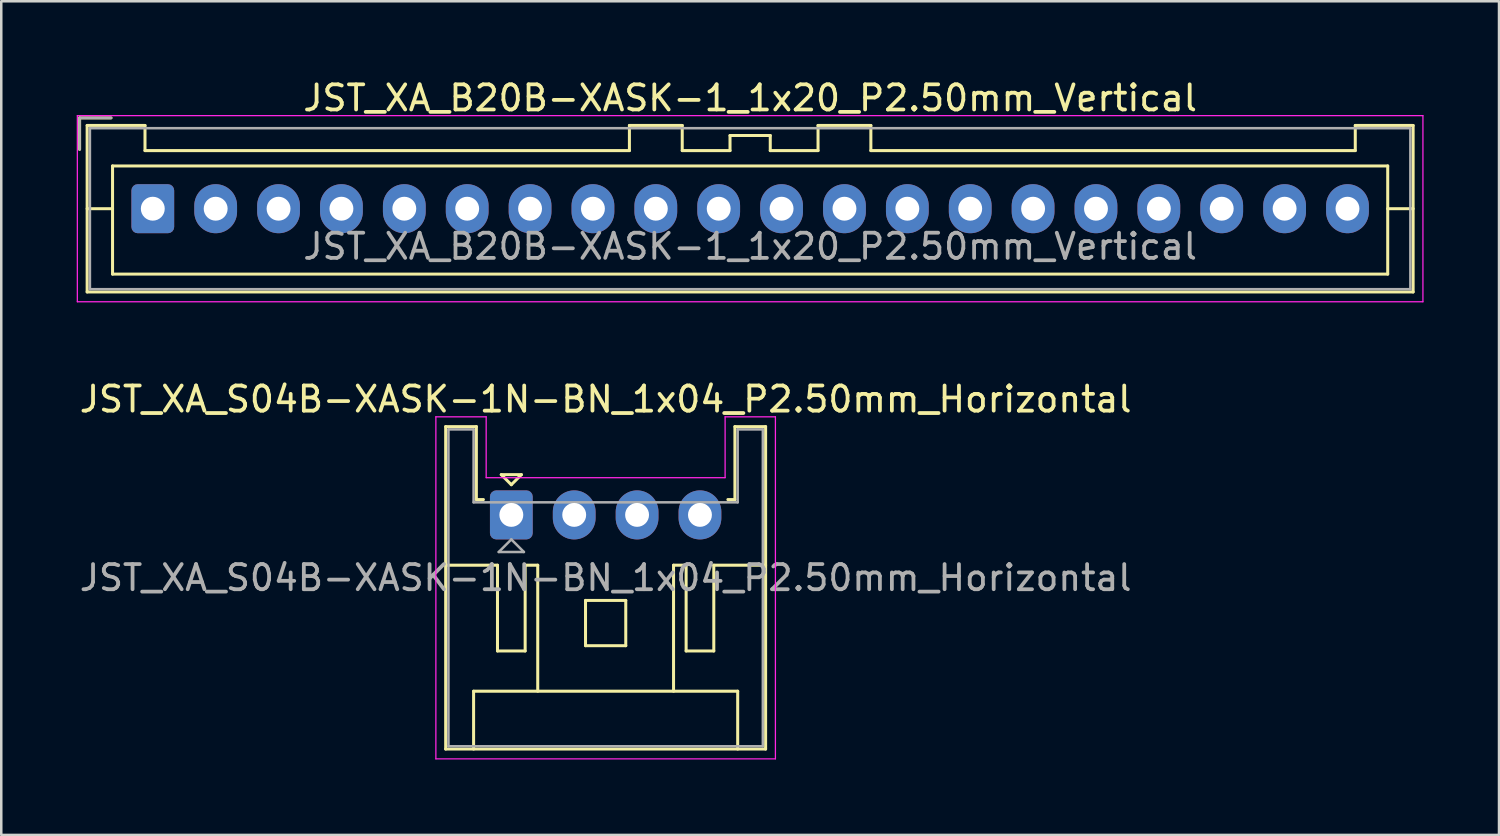
<source format=kicad_pcb>
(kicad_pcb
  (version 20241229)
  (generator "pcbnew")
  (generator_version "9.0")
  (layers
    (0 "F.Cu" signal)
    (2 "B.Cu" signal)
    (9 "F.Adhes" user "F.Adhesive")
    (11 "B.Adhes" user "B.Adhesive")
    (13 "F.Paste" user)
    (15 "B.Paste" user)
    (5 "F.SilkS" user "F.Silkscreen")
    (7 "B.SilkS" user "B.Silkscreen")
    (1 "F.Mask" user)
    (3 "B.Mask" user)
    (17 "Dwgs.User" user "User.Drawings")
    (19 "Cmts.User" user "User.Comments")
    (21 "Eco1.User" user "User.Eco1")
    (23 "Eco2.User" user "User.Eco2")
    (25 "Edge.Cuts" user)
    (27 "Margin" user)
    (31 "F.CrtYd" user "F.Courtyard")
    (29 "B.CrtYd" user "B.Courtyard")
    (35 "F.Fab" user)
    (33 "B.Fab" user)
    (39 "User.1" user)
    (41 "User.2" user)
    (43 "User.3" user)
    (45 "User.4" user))
  (footprint "JST_XA_B20B-XASK-1_1x20_P2.50mm_Vertical"
    (layer "F.Cu")
    (at 3.025 5.248)
    (property "Reference" "JST_XA_B20B-XASK-1_1x20_P2.50mm_Vertical" (at 23.75 -4.4 0) (layer "F.SilkS") (effects (font (size 1 1) (thickness 0.15))))
    (attr through_hole)
    (fp_line (start -2.91 -3.61) (end -2.91 -2.36) (stroke (width 0.12) (type solid)) (layer "F.SilkS"))
    (fp_line (start -2.61 -3.31) (end -2.61 3.31) (stroke (width 0.12) (type solid)) (layer "F.SilkS"))
    (fp_line (start -2.61 0) (end -1.6 0) (stroke (width 0.12) (type solid)) (layer "F.SilkS"))
    (fp_line (start -2.61 3.31) (end 50.11 3.31) (stroke (width 0.12) (type solid)) (layer "F.SilkS"))
    (fp_line (start -1.66 -3.61) (end -2.91 -3.61) (stroke (width 0.12) (type solid)) (layer "F.SilkS"))
    (fp_line (start -1.6 -1.7) (end -1.6 2.6) (stroke (width 0.12) (type solid)) (layer "F.SilkS"))
    (fp_line (start -1.6 2.6) (end 49.1 2.6) (stroke (width 0.12) (type solid)) (layer "F.SilkS"))
    (fp_line (start -0.31 -3.31) (end -2.61 -3.31) (stroke (width 0.12) (type solid)) (layer "F.SilkS"))
    (fp_line (start -0.31 -2.31) (end -0.31 -3.31) (stroke (width 0.12) (type solid)) (layer "F.SilkS"))
    (fp_line (start 18.95 -3.31) (end 18.95 -2.31) (stroke (width 0.12) (type solid)) (layer "F.SilkS"))
    (fp_line (start 18.95 -2.31) (end -0.31 -2.31) (stroke (width 0.12) (type solid)) (layer "F.SilkS"))
    (fp_line (start 21.05 -3.31) (end 18.95 -3.31) (stroke (width 0.12) (type solid)) (layer "F.SilkS"))
    (fp_line (start 21.05 -2.31) (end 21.05 -3.31) (stroke (width 0.12) (type solid)) (layer "F.SilkS"))
    (fp_line (start 22.95 -2.91) (end 22.95 -2.31) (stroke (width 0.12) (type solid)) (layer "F.SilkS"))
    (fp_line (start 22.95 -2.31) (end 21.05 -2.31) (stroke (width 0.12) (type solid)) (layer "F.SilkS"))
    (fp_line (start 24.55 -2.91) (end 22.95 -2.91) (stroke (width 0.12) (type solid)) (layer "F.SilkS"))
    (fp_line (start 24.55 -2.31) (end 24.55 -2.91) (stroke (width 0.12) (type solid)) (layer "F.SilkS"))
    (fp_line (start 26.45 -3.31) (end 26.45 -2.31) (stroke (width 0.12) (type solid)) (layer "F.SilkS"))
    (fp_line (start 26.45 -2.31) (end 24.55 -2.31) (stroke (width 0.12) (type solid)) (layer "F.SilkS"))
    (fp_line (start 28.55 -3.31) (end 26.45 -3.31) (stroke (width 0.12) (type solid)) (layer "F.SilkS"))
    (fp_line (start 28.55 -2.31) (end 28.55 -3.31) (stroke (width 0.12) (type solid)) (layer "F.SilkS"))
    (fp_line (start 47.81 -3.31) (end 47.81 -2.31) (stroke (width 0.12) (type solid)) (layer "F.SilkS"))
    (fp_line (start 47.81 -2.31) (end 28.55 -2.31) (stroke (width 0.12) (type solid)) (layer "F.SilkS"))
    (fp_line (start 49.1 -1.7) (end -1.6 -1.7) (stroke (width 0.12) (type solid)) (layer "F.SilkS"))
    (fp_line (start 49.1 2.6) (end 49.1 -1.7) (stroke (width 0.12) (type solid)) (layer "F.SilkS"))
    (fp_line (start 50.11 -3.31) (end 47.81 -3.31) (stroke (width 0.12) (type solid)) (layer "F.SilkS"))
    (fp_line (start 50.11 0) (end 49.1 0) (stroke (width 0.12) (type solid)) (layer "F.SilkS"))
    (fp_line (start 50.11 3.31) (end 50.11 -3.31) (stroke (width 0.12) (type solid)) (layer "F.SilkS"))
    (fp_line (start -3 -3.7) (end -3 3.7) (stroke (width 0.05) (type solid)) (layer "F.CrtYd"))
    (fp_line (start -3 3.7) (end 50.5 3.7) (stroke (width 0.05) (type solid)) (layer "F.CrtYd"))
    (fp_line (start 50.5 -3.7) (end -3 -3.7) (stroke (width 0.05) (type solid)) (layer "F.CrtYd"))
    (fp_line (start 50.5 3.7) (end 50.5 -3.7) (stroke (width 0.05) (type solid)) (layer "F.CrtYd"))
    (fp_line (start -2.91 -3.61) (end -2.91 -2.36) (stroke (width 0.1) (type solid)) (layer "F.Fab"))
    (fp_line (start -2.5 -3.2) (end -2.5 3.2) (stroke (width 0.1) (type solid)) (layer "F.Fab"))
    (fp_line (start -2.5 3.2) (end 50 3.2) (stroke (width 0.1) (type solid)) (layer "F.Fab"))
    (fp_line (start -1.66 -3.61) (end -2.91 -3.61) (stroke (width 0.1) (type solid)) (layer "F.Fab"))
    (fp_line (start 50 -3.2) (end -2.5 -3.2) (stroke (width 0.1) (type solid)) (layer "F.Fab"))
    (fp_line (start 50 3.2) (end 50 -3.2) (stroke (width 0.1) (type solid)) (layer "F.Fab"))
    (fp_text user "${REFERENCE}" (at 23.75 1.5 0) (layer "F.Fab") (effects (font (size 1 1) (thickness 0.15))))
    (pad "1" thru_hole roundrect (at 0 0) (size 1.7 1.95) (drill 0.95) (layers "*.Cu" "*.Mask") (roundrect_rratio 0.147))
    (pad "2" thru_hole oval (at 2.5 0) (size 1.7 1.95) (drill 0.95) (layers "*.Cu" "*.Mask"))
    (pad "3" thru_hole oval (at 5 0) (size 1.7 1.95) (drill 0.95) (layers "*.Cu" "*.Mask"))
    (pad "4" thru_hole oval (at 7.5 0) (size 1.7 1.95) (drill 0.95) (layers "*.Cu" "*.Mask"))
    (pad "5" thru_hole oval (at 10 0) (size 1.7 1.95) (drill 0.95) (layers "*.Cu" "*.Mask"))
    (pad "6" thru_hole oval (at 12.5 0) (size 1.7 1.95) (drill 0.95) (layers "*.Cu" "*.Mask"))
    (pad "7" thru_hole oval (at 15 0) (size 1.7 1.95) (drill 0.95) (layers "*.Cu" "*.Mask"))
    (pad "8" thru_hole oval (at 17.5 0) (size 1.7 1.95) (drill 0.95) (layers "*.Cu" "*.Mask"))
    (pad "9" thru_hole oval (at 20 0) (size 1.7 1.95) (drill 0.95) (layers "*.Cu" "*.Mask"))
    (pad "10" thru_hole oval (at 22.5 0) (size 1.7 1.95) (drill 0.95) (layers "*.Cu" "*.Mask"))
    (pad "11" thru_hole oval (at 25 0) (size 1.7 1.95) (drill 0.95) (layers "*.Cu" "*.Mask"))
    (pad "12" thru_hole oval (at 27.5 0) (size 1.7 1.95) (drill 0.95) (layers "*.Cu" "*.Mask"))
    (pad "13" thru_hole oval (at 30 0) (size 1.7 1.95) (drill 0.95) (layers "*.Cu" "*.Mask"))
    (pad "14" thru_hole oval (at 32.5 0) (size 1.7 1.95) (drill 0.95) (layers "*.Cu" "*.Mask"))
    (pad "15" thru_hole oval (at 35 0) (size 1.7 1.95) (drill 0.95) (layers "*.Cu" "*.Mask"))
    (pad "16" thru_hole oval (at 37.5 0) (size 1.7 1.95) (drill 0.95) (layers "*.Cu" "*.Mask"))
    (pad "17" thru_hole oval (at 40 0) (size 1.7 1.95) (drill 0.95) (layers "*.Cu" "*.Mask"))
    (pad "18" thru_hole oval (at 42.5 0) (size 1.7 1.95) (drill 0.95) (layers "*.Cu" "*.Mask"))
    (pad "19" thru_hole oval (at 45 0) (size 1.7 1.95) (drill 0.95) (layers "*.Cu" "*.Mask"))
    (pad "20" thru_hole oval (at 47.5 0) (size 1.7 1.95) (drill 0.95) (layers "*.Cu" "*.Mask")))
  (footprint "JST_XA_S04B-XASK-1N-BN_1x04_P2.50mm_Horizontal"
    (layer "F.Cu")
    (at 17.28 17.422)
    (property "Reference" "JST_XA_S04B-XASK-1N-BN_1x04_P2.50mm_Horizontal" (at 3.75 -4.6 0) (layer "F.SilkS") (effects (font (size 1 1) (thickness 0.15))))
    (attr through_hole)
    (fp_line (start -2.61 -3.51) (end -2.61 9.31) (stroke (width 0.12) (type solid)) (layer "F.SilkS"))
    (fp_line (start -2.61 9.31) (end 10.11 9.31) (stroke (width 0.12) (type solid)) (layer "F.SilkS"))
    (fp_line (start -1.5 7.01) (end 9 7.01) (stroke (width 0.12) (type solid)) (layer "F.SilkS"))
    (fp_line (start -1.5 9.31) (end -1.5 7.01) (stroke (width 0.12) (type solid)) (layer "F.SilkS"))
    (fp_line (start -1.39 -3.51) (end -2.61 -3.51) (stroke (width 0.12) (type solid)) (layer "F.SilkS"))
    (fp_line (start -1.39 -0.61) (end -1.39 -3.51) (stroke (width 0.12) (type solid)) (layer "F.SilkS"))
    (fp_line (start -1.11 -0.61) (end -1.39 -0.61) (stroke (width 0.12) (type solid)) (layer "F.SilkS"))
    (fp_line (start -0.55 2) (end -2.61 2) (stroke (width 0.12) (type solid)) (layer "F.SilkS"))
    (fp_line (start -0.55 5.41) (end -0.55 2) (stroke (width 0.12) (type solid)) (layer "F.SilkS"))
    (fp_line (start -0.4 -1.6) (end 0.4 -1.6) (stroke (width 0.12) (type solid)) (layer "F.SilkS"))
    (fp_line (start 0 -1.2) (end -0.4 -1.6) (stroke (width 0.12) (type solid)) (layer "F.SilkS"))
    (fp_line (start 0.4 -1.6) (end 0 -1.2) (stroke (width 0.12) (type solid)) (layer "F.SilkS"))
    (fp_line (start 0.55 2) (end 0.55 5.41) (stroke (width 0.12) (type solid)) (layer "F.SilkS"))
    (fp_line (start 0.55 5.41) (end -0.55 5.41) (stroke (width 0.12) (type solid)) (layer "F.SilkS"))
    (fp_line (start 1.05 2) (end 0.55 2) (stroke (width 0.12) (type solid)) (layer "F.SilkS"))
    (fp_line (start 1.05 7.01) (end 1.05 2) (stroke (width 0.12) (type solid)) (layer "F.SilkS"))
    (fp_line (start 2.95 3.4) (end 4.55 3.4) (stroke (width 0.12) (type solid)) (layer "F.SilkS"))
    (fp_line (start 2.95 5.2) (end 2.95 3.4) (stroke (width 0.12) (type solid)) (layer "F.SilkS"))
    (fp_line (start 4.55 3.4) (end 4.55 5.2) (stroke (width 0.12) (type solid)) (layer "F.SilkS"))
    (fp_line (start 4.55 5.2) (end 2.95 5.2) (stroke (width 0.12) (type solid)) (layer "F.SilkS"))
    (fp_line (start 6.45 2) (end 6.95 2) (stroke (width 0.12) (type solid)) (layer "F.SilkS"))
    (fp_line (start 6.45 7.01) (end 6.45 2) (stroke (width 0.12) (type solid)) (layer "F.SilkS"))
    (fp_line (start 6.95 2) (end 6.95 5.41) (stroke (width 0.12) (type solid)) (layer "F.SilkS"))
    (fp_line (start 6.95 5.41) (end 8.05 5.41) (stroke (width 0.12) (type solid)) (layer "F.SilkS"))
    (fp_line (start 8.05 2) (end 10.11 2) (stroke (width 0.12) (type solid)) (layer "F.SilkS"))
    (fp_line (start 8.05 5.41) (end 8.05 2) (stroke (width 0.12) (type solid)) (layer "F.SilkS"))
    (fp_line (start 8.89 -3.51) (end 8.89 -0.61) (stroke (width 0.12) (type solid)) (layer "F.SilkS"))
    (fp_line (start 8.89 -0.61) (end 8.61 -0.61) (stroke (width 0.12) (type solid)) (layer "F.SilkS"))
    (fp_line (start 9 7.01) (end 9 9.31) (stroke (width 0.12) (type solid)) (layer "F.SilkS"))
    (fp_line (start 10.11 -3.51) (end 8.89 -3.51) (stroke (width 0.12) (type solid)) (layer "F.SilkS"))
    (fp_line (start 10.11 9.31) (end 10.11 -3.51) (stroke (width 0.12) (type solid)) (layer "F.SilkS"))
    (fp_line (start -3 -3.9) (end -3 9.7) (stroke (width 0.05) (type solid)) (layer "F.CrtYd"))
    (fp_line (start -3 9.7) (end 10.5 9.7) (stroke (width 0.05) (type solid)) (layer "F.CrtYd"))
    (fp_line (start -1 -3.9) (end -3 -3.9) (stroke (width 0.05) (type solid)) (layer "F.CrtYd"))
    (fp_line (start -1 -1.48) (end -1 -3.9) (stroke (width 0.05) (type solid)) (layer "F.CrtYd"))
    (fp_line (start 8.5 -3.9) (end 8.5 -1.48) (stroke (width 0.05) (type solid)) (layer "F.CrtYd"))
    (fp_line (start 8.5 -1.48) (end -1 -1.48) (stroke (width 0.05) (type solid)) (layer "F.CrtYd"))
    (fp_line (start 10.5 -3.9) (end 8.5 -3.9) (stroke (width 0.05) (type solid)) (layer "F.CrtYd"))
    (fp_line (start 10.5 9.7) (end 10.5 -3.9) (stroke (width 0.05) (type solid)) (layer "F.CrtYd"))
    (fp_line (start -2.5 -3.4) (end -2.5 9.2) (stroke (width 0.1) (type solid)) (layer "F.Fab"))
    (fp_line (start -2.5 9.2) (end 10 9.2) (stroke (width 0.1) (type solid)) (layer "F.Fab"))
    (fp_line (start -1.5 -3.4) (end -2.5 -3.4) (stroke (width 0.1) (type solid)) (layer "F.Fab"))
    (fp_line (start -1.5 -0.5) (end -1.5 -3.4) (stroke (width 0.1) (type solid)) (layer "F.Fab"))
    (fp_line (start -0.5 1.475) (end 0.5 1.475) (stroke (width 0.1) (type solid)) (layer "F.Fab"))
    (fp_line (start 0 0.975) (end -0.5 1.475) (stroke (width 0.1) (type solid)) (layer "F.Fab"))
    (fp_line (start 0.5 1.475) (end 0 0.975) (stroke (width 0.1) (type solid)) (layer "F.Fab"))
    (fp_line (start 9 -3.4) (end 9 -0.5) (stroke (width 0.1) (type solid)) (layer "F.Fab"))
    (fp_line (start 9 -0.5) (end -1.5 -0.5) (stroke (width 0.1) (type solid)) (layer "F.Fab"))
    (fp_line (start 10 -3.4) (end 9 -3.4) (stroke (width 0.1) (type solid)) (layer "F.Fab"))
    (fp_line (start 10 9.2) (end 10 -3.4) (stroke (width 0.1) (type solid)) (layer "F.Fab"))
    (fp_text user "${REFERENCE}" (at 3.75 2.5 0) (layer "F.Fab") (effects (font (size 1 1) (thickness 0.15))))
    (pad "1" thru_hole roundrect (at 0 0) (size 1.7 1.95) (drill 0.95) (layers "*.Cu" "*.Mask") (roundrect_rratio 0.147))
    (pad "2" thru_hole oval (at 2.5 0) (size 1.7 1.95) (drill 0.95) (layers "*.Cu" "*.Mask"))
    (pad "3" thru_hole oval (at 5 0) (size 1.7 1.95) (drill 0.95) (layers "*.Cu" "*.Mask"))
    (pad "4" thru_hole oval (at 7.5 0) (size 1.7 1.95) (drill 0.95) (layers "*.Cu" "*.Mask")))
  (gr_rect
    (start -3 -3)
    (end 56.55 30.146)
    (stroke (width 0.1) (type default))
    (fill no)
    (layer "Edge.Cuts")))
</source>
